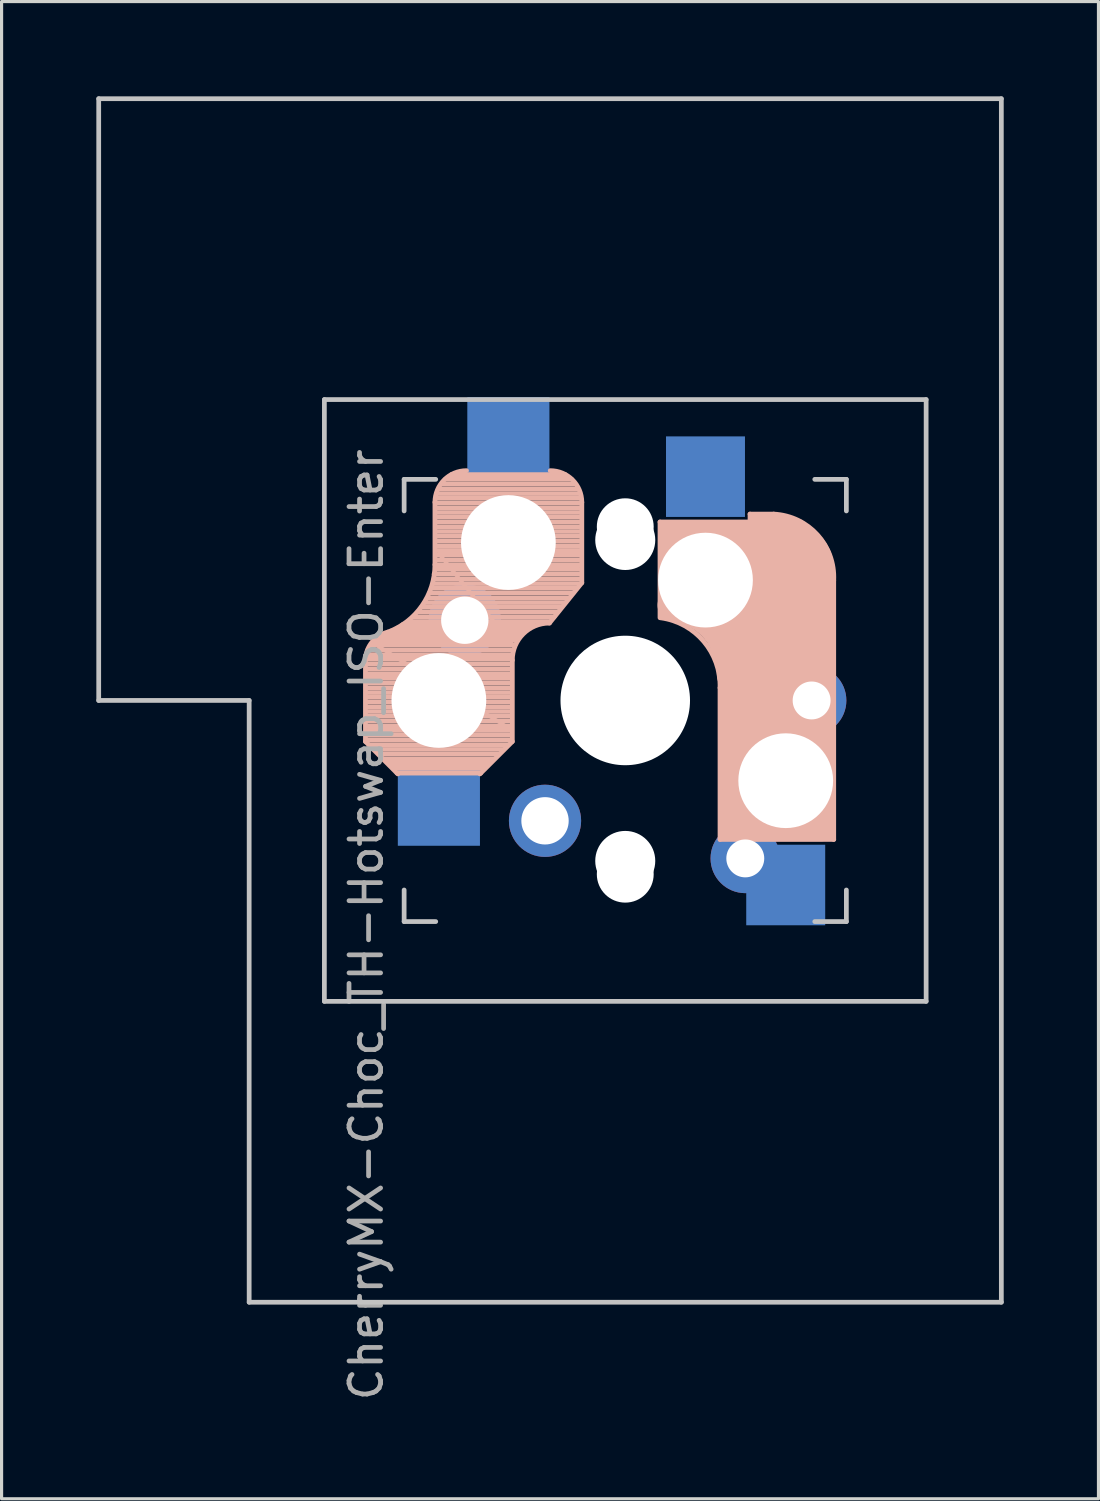
<source format=kicad_pcb>
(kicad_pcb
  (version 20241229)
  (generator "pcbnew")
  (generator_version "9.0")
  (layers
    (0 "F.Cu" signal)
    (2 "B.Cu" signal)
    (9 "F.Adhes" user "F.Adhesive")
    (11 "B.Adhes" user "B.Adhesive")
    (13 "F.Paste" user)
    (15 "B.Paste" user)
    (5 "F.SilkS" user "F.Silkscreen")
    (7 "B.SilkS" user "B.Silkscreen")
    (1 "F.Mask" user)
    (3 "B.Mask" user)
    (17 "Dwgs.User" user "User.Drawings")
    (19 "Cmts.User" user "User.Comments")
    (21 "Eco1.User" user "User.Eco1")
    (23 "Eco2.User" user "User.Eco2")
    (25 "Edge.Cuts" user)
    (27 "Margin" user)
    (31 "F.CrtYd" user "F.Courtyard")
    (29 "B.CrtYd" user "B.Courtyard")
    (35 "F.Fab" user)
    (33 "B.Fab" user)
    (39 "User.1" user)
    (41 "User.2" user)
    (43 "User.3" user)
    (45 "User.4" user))
  (footprint "CherryMX-Choc_TH-Hotswap_ISO-Enter"
    (layer "F.Cu")
    (at 16.744 19.125)
    (property "Reference" "CherryMX-Choc_TH-Hotswap_ISO-Enter" (at -8.2 7.1 270) (layer "F.Fab") (effects (font (size 1 1) (thickness 0.15))))
    (attr through_hole)
    (fp_line (start -8.225 1.3) (end -8.225 -1.3) (stroke (width 0.15) (type solid)) (layer "B.SilkS"))
    (fp_line (start -8.225 1.3) (end -7.2 2.325) (stroke (width 0.15) (type solid)) (layer "B.SilkS"))
    (fp_line (start -8.2 -1.45) (end -3.6 -1.45) (stroke (width 0.15) (type solid)) (layer "B.SilkS"))
    (fp_line (start -8.2 -1.3) (end -3.6 -1.3) (stroke (width 0.15) (type solid)) (layer "B.SilkS"))
    (fp_line (start -8.2 -1.15) (end -3.65 -1.15) (stroke (width 0.15) (type solid)) (layer "B.SilkS"))
    (fp_line (start -8.2 -1) (end -3.6 -1) (stroke (width 0.15) (type solid)) (layer "B.SilkS"))
    (fp_line (start -8.2 -0.85) (end -3.6 -0.85) (stroke (width 0.15) (type solid)) (layer "B.SilkS"))
    (fp_line (start -8.2 -0.7) (end -3.6 -0.7) (stroke (width 0.15) (type solid)) (layer "B.SilkS"))
    (fp_line (start -8.2 -0.55) (end -3.6 -0.55) (stroke (width 0.15) (type solid)) (layer "B.SilkS"))
    (fp_line (start -8.2 -0.4) (end -3.6 -0.4) (stroke (width 0.15) (type solid)) (layer "B.SilkS"))
    (fp_line (start -8.2 -0.25) (end -3.6 -0.25) (stroke (width 0.15) (type solid)) (layer "B.SilkS"))
    (fp_line (start -8.2 -0.1) (end -3.6 -0.1) (stroke (width 0.15) (type solid)) (layer "B.SilkS"))
    (fp_line (start -8.2 0.05) (end -3.6 0.05) (stroke (width 0.15) (type solid)) (layer "B.SilkS"))
    (fp_line (start -8.2 0.2) (end -3.6 0.2) (stroke (width 0.15) (type solid)) (layer "B.SilkS"))
    (fp_line (start -8.2 0.35) (end -3.6 0.35) (stroke (width 0.15) (type solid)) (layer "B.SilkS"))
    (fp_line (start -8.2 0.5) (end -3.6 0.5) (stroke (width 0.15) (type solid)) (layer "B.SilkS"))
    (fp_line (start -8.2 0.65) (end -3.6 0.65) (stroke (width 0.15) (type solid)) (layer "B.SilkS"))
    (fp_line (start -8.2 0.8) (end -3.6 0.8) (stroke (width 0.15) (type solid)) (layer "B.SilkS"))
    (fp_line (start -8.2 0.95) (end -3.6 0.95) (stroke (width 0.15) (type solid)) (layer "B.SilkS"))
    (fp_line (start -8.2 1.1) (end -3.6 1.1) (stroke (width 0.15) (type solid)) (layer "B.SilkS"))
    (fp_line (start -8.2 1.25) (end -3.6 1.25) (stroke (width 0.15) (type solid)) (layer "B.SilkS"))
    (fp_line (start -8.15 -1.6) (end -3.6 -1.6) (stroke (width 0.15) (type solid)) (layer "B.SilkS"))
    (fp_line (start -8.1 0.9) (end -3.65 0.9) (stroke (width 0.12) (type solid)) (layer "B.SilkS"))
    (fp_line (start -8.1 1.4) (end -3.7 1.4) (stroke (width 0.15) (type solid)) (layer "B.SilkS"))
    (fp_line (start -8.05 -1.75) (end -3.5 -1.75) (stroke (width 0.15) (type solid)) (layer "B.SilkS"))
    (fp_line (start -7.95 -1.9) (end -3.45 -1.9) (stroke (width 0.15) (type solid)) (layer "B.SilkS"))
    (fp_line (start -7.95 -1.8) (end -3.6 -1.8) (stroke (width 0.12) (type solid)) (layer "B.SilkS"))
    (fp_line (start -7.95 1.55) (end -3.85 1.55) (stroke (width 0.15) (type solid)) (layer "B.SilkS"))
    (fp_line (start -7.8 -2) (end -3.4 -2) (stroke (width 0.15) (type solid)) (layer "B.SilkS"))
    (fp_line (start -7.8 1.7) (end -4 1.7) (stroke (width 0.15) (type solid)) (layer "B.SilkS"))
    (fp_line (start -7.65 1.85) (end -4.15 1.85) (stroke (width 0.15) (type solid)) (layer "B.SilkS"))
    (fp_line (start -7.55 -2.1) (end -3.35 -2.1) (stroke (width 0.15) (type solid)) (layer "B.SilkS"))
    (fp_line (start -7.55 1.95) (end -4.25 1.95) (stroke (width 0.15) (type solid)) (layer "B.SilkS"))
    (fp_line (start -7.45 2.05) (end -4.35 2.05) (stroke (width 0.15) (type solid)) (layer "B.SilkS"))
    (fp_line (start -7.4 -2.2) (end -3.25 -2.2) (stroke (width 0.15) (type solid)) (layer "B.SilkS"))
    (fp_line (start -7.35 2.15) (end -4.45 2.15) (stroke (width 0.15) (type solid)) (layer "B.SilkS"))
    (fp_line (start -7.2 -2.3) (end -3.05 -2.3) (stroke (width 0.15) (type solid)) (layer "B.SilkS"))
    (fp_line (start -7.05 -2.4) (end -2.9 -2.4) (stroke (width 0.15) (type solid)) (layer "B.SilkS"))
    (fp_line (start -6.85 -2.5) (end -2.4 -2.5) (stroke (width 0.15) (type solid)) (layer "B.SilkS"))
    (fp_line (start -6.7 -2.65) (end -2.25 -2.65) (stroke (width 0.15) (type solid)) (layer "B.SilkS"))
    (fp_line (start -6.55 -2.8) (end -2.15 -2.8) (stroke (width 0.15) (type solid)) (layer "B.SilkS"))
    (fp_line (start -6.45 -2.95) (end -2.05 -2.95) (stroke (width 0.15) (type solid)) (layer "B.SilkS"))
    (fp_line (start -6.35 -3.1) (end -1.9 -3.1) (stroke (width 0.15) (type solid)) (layer "B.SilkS"))
    (fp_line (start -6.25 -3.25) (end -1.8 -3.25) (stroke (width 0.15) (type solid)) (layer "B.SilkS"))
    (fp_line (start -6.2 -3.4) (end -1.65 -3.4) (stroke (width 0.15) (type solid)) (layer "B.SilkS"))
    (fp_line (start -6.1 -3.55) (end -1.55 -3.55) (stroke (width 0.15) (type solid)) (layer "B.SilkS"))
    (fp_line (start -6.05 -4) (end -1.4 -4) (stroke (width 0.15) (type solid)) (layer "B.SilkS"))
    (fp_line (start -6.05 -3.85) (end -1.4 -3.85) (stroke (width 0.15) (type solid)) (layer "B.SilkS"))
    (fp_line (start -6.05 -3.7) (end -1.45 -3.7) (stroke (width 0.15) (type solid)) (layer "B.SilkS"))
    (fp_line (start -6.025 -4.3) (end -6.025 -6.275) (stroke (width 0.15) (type solid)) (layer "B.SilkS"))
    (fp_line (start -6 -6.4) (end -1.45 -6.4) (stroke (width 0.15) (type solid)) (layer "B.SilkS"))
    (fp_line (start -6 -6.25) (end -1.4 -6.25) (stroke (width 0.15) (type solid)) (layer "B.SilkS"))
    (fp_line (start -6 -6.1) (end -1.4 -6.1) (stroke (width 0.15) (type solid)) (layer "B.SilkS"))
    (fp_line (start -6 -5.95) (end -1.4 -5.95) (stroke (width 0.15) (type solid)) (layer "B.SilkS"))
    (fp_line (start -6 -5.8) (end -1.4 -5.8) (stroke (width 0.15) (type solid)) (layer "B.SilkS"))
    (fp_line (start -6 -5.65) (end -1.4 -5.65) (stroke (width 0.15) (type solid)) (layer "B.SilkS"))
    (fp_line (start -6 -5.5) (end -1.4 -5.5) (stroke (width 0.15) (type solid)) (layer "B.SilkS"))
    (fp_line (start -6 -5.35) (end -1.4 -5.35) (stroke (width 0.15) (type solid)) (layer "B.SilkS"))
    (fp_line (start -6 -5.2) (end -1.4 -5.2) (stroke (width 0.15) (type solid)) (layer "B.SilkS"))
    (fp_line (start -6 -5.05) (end -1.4 -5.05) (stroke (width 0.15) (type solid)) (layer "B.SilkS"))
    (fp_line (start -6 -4.9) (end -1.4 -4.9) (stroke (width 0.15) (type solid)) (layer "B.SilkS"))
    (fp_line (start -6 -4.75) (end -1.4 -4.75) (stroke (width 0.15) (type solid)) (layer "B.SilkS"))
    (fp_line (start -6 -4.6) (end -1.4 -4.6) (stroke (width 0.15) (type solid)) (layer "B.SilkS"))
    (fp_line (start -6 -4.45) (end -1.4 -4.45) (stroke (width 0.15) (type solid)) (layer "B.SilkS"))
    (fp_line (start -6 -4.3) (end -1.4 -4.3) (stroke (width 0.15) (type solid)) (layer "B.SilkS"))
    (fp_line (start -6 -4.15) (end -1.45 -4.15) (stroke (width 0.15) (type solid)) (layer "B.SilkS"))
    (fp_line (start -5.95 -6.55) (end -1.45 -6.55) (stroke (width 0.15) (type solid)) (layer "B.SilkS"))
    (fp_line (start -5.9 -6.7) (end -1.5 -6.7) (stroke (width 0.15) (type solid)) (layer "B.SilkS"))
    (fp_line (start -5.9 -4.65) (end -1.4 -4.65) (stroke (width 0.12) (type solid)) (layer "B.SilkS"))
    (fp_line (start -5.8 -6.85) (end -1.6 -6.85) (stroke (width 0.15) (type solid)) (layer "B.SilkS"))
    (fp_line (start -5.7 -7) (end -1.7 -7) (stroke (width 0.15) (type solid)) (layer "B.SilkS"))
    (fp_line (start -5.5 -7.15) (end -1.9 -7.15) (stroke (width 0.15) (type solid)) (layer "B.SilkS"))
    (fp_line (start -4.575 2.3) (end -7.225 2.3) (stroke (width 0.15) (type solid)) (layer "B.SilkS"))
    (fp_line (start -3.65 0.9) (end -7.95 -1.8) (stroke (width 0.12) (type solid)) (layer "B.SilkS"))
    (fp_line (start -3.6 -1.8) (end -5.9 -4.65) (stroke (width 0.12) (type solid)) (layer "B.SilkS"))
    (fp_line (start -3.575 1.3) (end -4.6 2.325) (stroke (width 0.15) (type solid)) (layer "B.SilkS"))
    (fp_line (start -3.575 1.3) (end -3.575 -1.275) (stroke (width 0.15) (type solid)) (layer "B.SilkS"))
    (fp_line (start -1.375 -3.725) (end -2.4 -2.45) (stroke (width 0.15) (type solid)) (layer "B.SilkS"))
    (fp_line (start -1.375 -3.725) (end -1.375 -6.275) (stroke (width 0.15) (type solid)) (layer "B.SilkS"))
    (fp_line (start 1.1 -5.65) (end 1.1 -2.62) (stroke (width 0.15) (type solid)) (layer "B.SilkS"))
    (fp_line (start 1.3 -5.45) (end 1.3 -3) (stroke (width 0.5) (type solid)) (layer "B.SilkS"))
    (fp_line (start 1.6 -5.3) (end 3.4 -5.3) (stroke (width 0.8) (type solid)) (layer "B.SilkS"))
    (fp_line (start 3 -0.4) (end 3 4.4) (stroke (width 0.15) (type solid)) (layer "B.SilkS"))
    (fp_line (start 3 4.4) (end 6.6 4.4) (stroke (width 0.15) (type solid)) (layer "B.SilkS"))
    (fp_line (start 3.25 4.2) (end 3.3 2.9) (stroke (width 0.5) (type solid)) (layer "B.SilkS"))
    (fp_line (start 3.95 -5.9) (end 3.95 -5.7) (stroke (width 0.15) (type solid)) (layer "B.SilkS"))
    (fp_line (start 4 4.38) (end 6.25 4.38) (stroke (width 0.15) (type solid)) (layer "B.SilkS"))
    (fp_line (start 4.05 -5.8) (end 4.7 -5.8) (stroke (width 0.3) (type solid)) (layer "B.SilkS"))
    (fp_line (start 4.7 -5.9) (end 3.95 -5.9) (stroke (width 0.15) (type solid)) (layer "B.SilkS"))
    (fp_line (start 4.8 2.6) (end 4.8 -4.1) (stroke (width 3.5) (type solid)) (layer "B.SilkS"))
    (fp_line (start 5.1 -4.17) (end 2.86 -4.17) (stroke (width 3) (type solid)) (layer "B.SilkS"))
    (fp_line (start 5.55 -5.65) (end 1.1 -5.65) (stroke (width 0.15) (type solid)) (layer "B.SilkS"))
    (fp_line (start 6 3.9) (end 3.5 3.9) (stroke (width 1) (type solid)) (layer "B.SilkS"))
    (fp_line (start 6.4 4.25) (end 6.4 3) (stroke (width 0.4) (type solid)) (layer "B.SilkS"))
    (fp_line (start 6.6 4.4) (end 6.6 -3.8) (stroke (width 0.15) (type solid)) (layer "B.SilkS"))
    (fp_arc (start -8.223791 -1.300995) (mid -8.016021 -1.848284) (end -7.521904 -2.162199) (stroke (width 0.15) (type solid)) (layer "B.SilkS"))
    (fp_arc (start -6.025 -6.275) (mid -5.732107 -6.982107) (end -5.025 -7.275) (stroke (width 0.15) (type solid)) (layer "B.SilkS"))
    (fp_arc (start -6.025 -4.3) (mid -6.436429 -2.995114) (end -7.521904 -2.162199) (stroke (width 0.15) (type solid)) (layer "B.SilkS"))
    (fp_arc (start -3.575 -1.275) (mid -3.23085 -2.10585) (end -2.4 -2.45) (stroke (width 0.15) (type solid)) (layer "B.SilkS"))
    (fp_arc (start -2.375 -7.275) (mid -1.667893 -6.982107) (end -1.375 -6.275) (stroke (width 0.15) (type solid)) (layer "B.SilkS"))
    (fp_arc (start 1.121471 -2.616318) (mid 2.486118 -1.868709) (end 3 -0.4) (stroke (width 0.15) (type solid)) (layer "B.SilkS"))
    (fp_arc (start 1.521471 -3.016318) (mid 2.886118 -2.268709) (end 3.4 -0.8) (stroke (width 1) (type solid)) (layer "B.SilkS"))
    (fp_arc (start 4.699999 -5.9) (mid 6.084924 -5.243504) (end 6.6 -3.800001) (stroke (width 0.15) (type solid)) (layer "B.SilkS"))
    (fp_line (start -16.669 -19.05) (end 11.906 -19.05) (stroke (width 0.15) (type solid)) (layer "Dwgs.User"))
    (fp_line (start -16.669 0) (end -16.669 -19.05) (stroke (width 0.15) (type solid)) (layer "Dwgs.User"))
    (fp_line (start -11.906 0) (end -16.669 0) (stroke (width 0.15) (type solid)) (layer "Dwgs.User"))
    (fp_line (start -11.906 19.05) (end -11.906 0) (stroke (width 0.15) (type solid)) (layer "Dwgs.User"))
    (fp_line (start -9.525 -9.525) (end 9.525 -9.525) (stroke (width 0.15) (type solid)) (layer "Dwgs.User"))
    (fp_line (start -9.525 9.525) (end -9.525 -9.525) (stroke (width 0.15) (type solid)) (layer "Dwgs.User"))
    (fp_line (start -7 -7) (end -7 -6) (stroke (width 0.15) (type solid)) (layer "Dwgs.User"))
    (fp_line (start -7 6) (end -7 7) (stroke (width 0.15) (type solid)) (layer "Dwgs.User"))
    (fp_line (start -7 7) (end -6 7) (stroke (width 0.15) (type solid)) (layer "Dwgs.User"))
    (fp_line (start -6 -7) (end -7 -7) (stroke (width 0.15) (type solid)) (layer "Dwgs.User"))
    (fp_line (start 6 -7) (end 7 -7) (stroke (width 0.15) (type solid)) (layer "Dwgs.User"))
    (fp_line (start 7 -7) (end 7 -6) (stroke (width 0.15) (type solid)) (layer "Dwgs.User"))
    (fp_line (start 7 7) (end 6 7) (stroke (width 0.15) (type solid)) (layer "Dwgs.User"))
    (fp_line (start 7 7) (end 7 6) (stroke (width 0.15) (type solid)) (layer "Dwgs.User"))
    (fp_line (start 9.525 -9.525) (end 9.525 9.525) (stroke (width 0.15) (type solid)) (layer "Dwgs.User"))
    (fp_line (start 9.525 9.525) (end -9.525 9.525) (stroke (width 0.15) (type solid)) (layer "Dwgs.User"))
    (fp_line (start 11.906 -19.05) (end 11.906 19.05) (stroke (width 0.15) (type solid)) (layer "Dwgs.User"))
    (fp_line (start 11.906 19.05) (end -11.906 19.05) (stroke (width 0.15) (type solid)) (layer "Dwgs.User"))
    (pad "" np_thru_hole circle (at -5.9 0) (size 3 3) (drill 3) (layers "*.Cu" "*.Mask"))
    (pad "" np_thru_hole circle (at -4.2 -5.22 270) (size 1.2 1.2) (drill 1.2) (layers "*.Cu" "*.Mask"))
    (pad "" np_thru_hole circle (at -3.7 -5) (size 3 3) (drill 3) (layers "*.Cu" "*.Mask"))
    (pad "" np_thru_hole circle (at 0 -5.5 270) (size 1.8 1.8) (drill 1.8) (layers "*.Cu" "*.Mask"))
    (pad "" np_thru_hole circle (at 0 -5.08 270) (size 1.9 1.9) (drill 1.9) (layers "*.Cu" "*.Mask"))
    (pad "" np_thru_hole circle (at 0 0 270) (size 3.2 3.2) (drill 3.2) (layers "*.Cu" "*.Mask"))
    (pad "" np_thru_hole circle (at 0 0) (size 4.1 4.1) (drill 4.1) (layers "*.Cu" "*.Mask"))
    (pad "" np_thru_hole circle (at 0 5.08 270) (size 1.9 1.9) (drill 1.9) (layers "*.Cu" "*.Mask"))
    (pad "" np_thru_hole circle (at 0 5.5 270) (size 1.8 1.8) (drill 1.8) (layers "*.Cu" "*.Mask"))
    (pad "" np_thru_hole circle (at 2.54 -3.81 270) (size 3 3) (drill 3) (layers "*.Cu" "*.Mask"))
    (pad "" np_thru_hole circle (at 5.08 2.54 270) (size 3 3) (drill 3) (layers "*.Cu" "*.Mask"))
    (pad "1" thru_hole circle (at -5.08 -2.54 90) (size 2.286 2.286) (drill 1.499) (layers "*.Cu" "*.Mask"))
    (pad "1" smd rect (at -3.7 -8.3 90) (size 2.6 2.6) (layers "B.Cu" "B.Mask" "B.Paste"))
    (pad "1" smd rect (at 2.54 -7.085 90) (size 2.55 2.5) (layers "B.Cu" "B.Mask" "B.Paste"))
    (pad "1" thru_hole circle (at 5.9 0 270) (size 2.2 2.2) (drill 1.2) (layers "*.Cu" "B.Mask"))
    (pad "2" smd rect (at -5.9 3.3 90) (size 2.6 2.6) (layers "B.Cu" "B.Mask" "B.Paste"))
    (pad "2" thru_hole circle (at -2.54 3.81 90) (size 2.286 2.286) (drill 1.499) (layers "*.Cu" "*.Mask"))
    (pad "2" thru_hole circle (at 3.8 5 270) (size 2.2 2.2) (drill 1.2) (layers "*.Cu" "B.Mask"))
    (pad "2" smd rect (at 5.08 5.842 90) (size 2.55 2.5) (layers "B.Cu" "B.Mask" "B.Paste")))
  (gr_rect
    (start -3 -3)
    (end 31.725 44.398)
    (stroke (width 0.1) (type default))
    (fill no)
    (layer "Edge.Cuts")))
</source>
